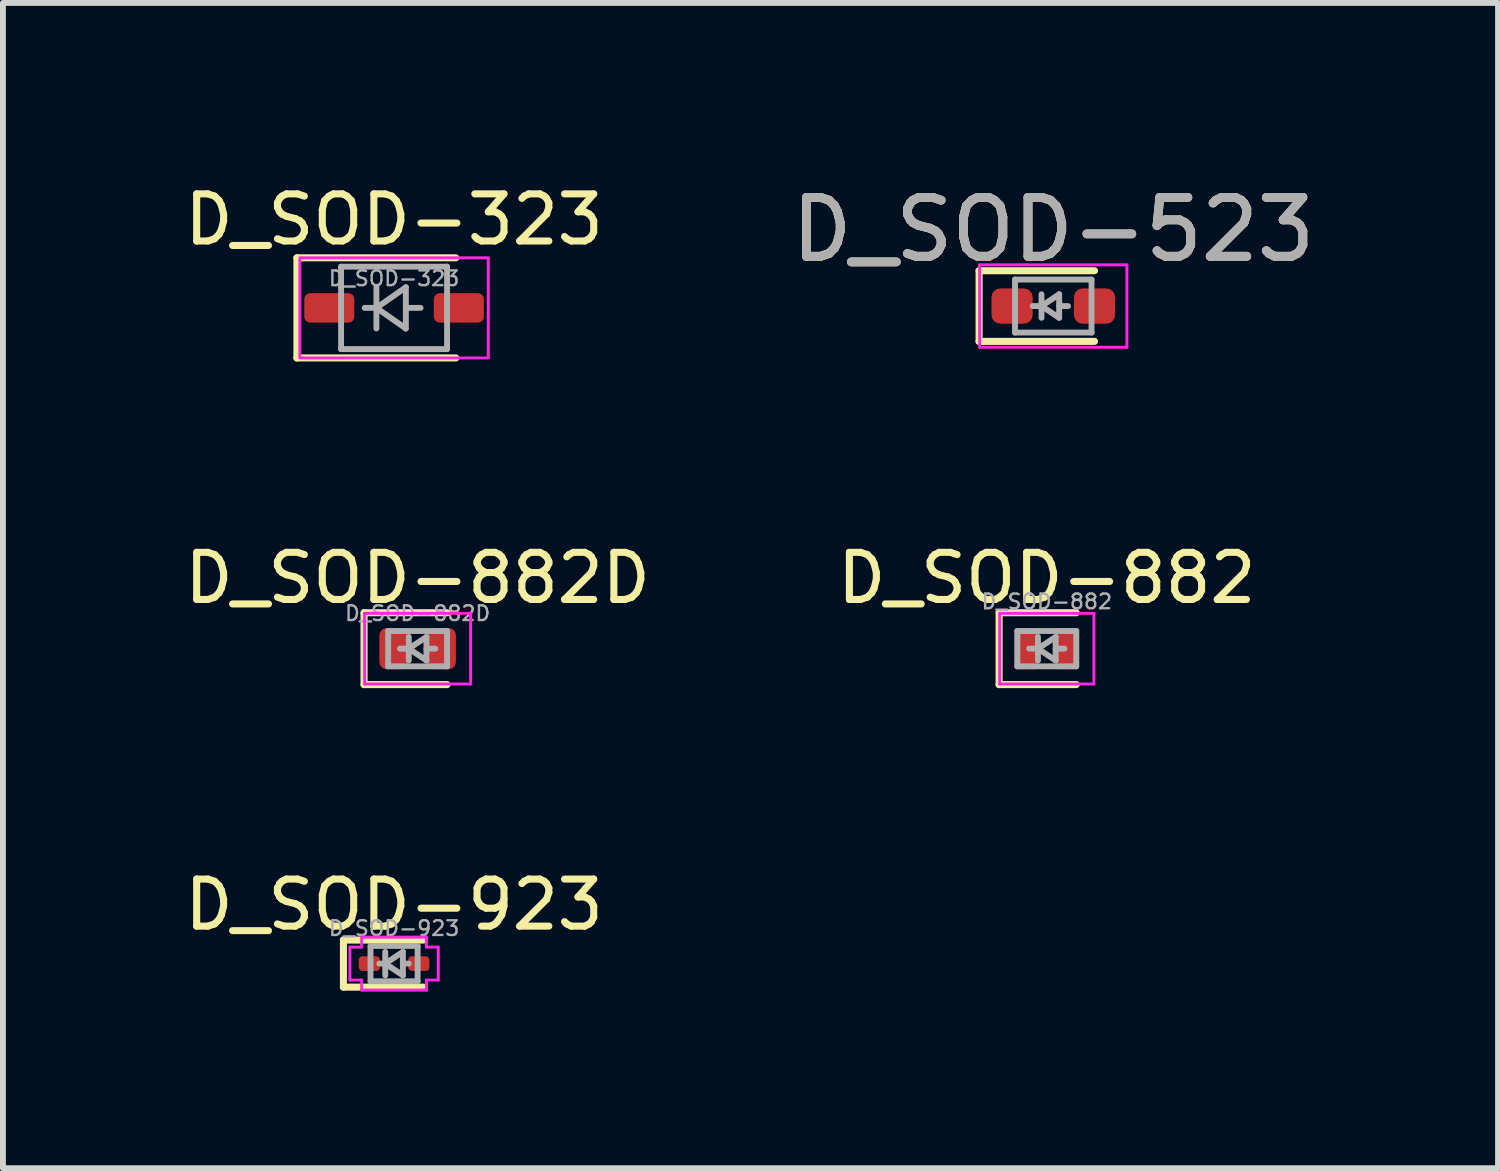
<source format=kicad_pcb>
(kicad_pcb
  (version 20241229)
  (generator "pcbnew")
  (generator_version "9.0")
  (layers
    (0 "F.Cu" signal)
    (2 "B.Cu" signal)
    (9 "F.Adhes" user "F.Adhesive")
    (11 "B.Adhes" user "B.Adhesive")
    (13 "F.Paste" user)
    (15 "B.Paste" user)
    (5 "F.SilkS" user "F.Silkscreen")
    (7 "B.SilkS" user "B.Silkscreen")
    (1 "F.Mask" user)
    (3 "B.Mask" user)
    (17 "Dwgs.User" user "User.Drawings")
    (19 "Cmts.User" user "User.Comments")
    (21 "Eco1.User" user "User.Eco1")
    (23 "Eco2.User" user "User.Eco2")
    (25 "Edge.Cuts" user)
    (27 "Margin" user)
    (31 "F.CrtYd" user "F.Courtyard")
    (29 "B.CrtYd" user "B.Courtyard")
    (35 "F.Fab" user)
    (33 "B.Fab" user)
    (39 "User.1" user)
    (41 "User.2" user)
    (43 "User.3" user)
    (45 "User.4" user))
  (footprint "D_SOD-882D"
    (layer "F.Cu")
    (at 4.043 7.967)
    (property "Reference" "D_SOD-882D" (at 0 -1.2 0) (layer "F.SilkS") (effects (font (size 0.8 0.8) (thickness 0.12))))
    (attr smd)
    (fp_line (start -0.91 -0.61) (end -0.91 0.61) (stroke (width 0.12) (type solid)) (layer "F.SilkS"))
    (fp_line (start -0.91 -0.61) (end 0.5 -0.61) (stroke (width 0.12) (type solid)) (layer "F.SilkS"))
    (fp_line (start -0.91 0.61) (end 0.5 0.61) (stroke (width 0.12) (type solid)) (layer "F.SilkS"))
    (fp_line (start -0.9 -0.6) (end -0.9 0.6) (stroke (width 0.05) (type solid)) (layer "F.CrtYd"))
    (fp_line (start -0.9 -0.6) (end 0.9 -0.6) (stroke (width 0.05) (type solid)) (layer "F.CrtYd"))
    (fp_line (start 0.9 -0.6) (end 0.9 0.6) (stroke (width 0.05) (type solid)) (layer "F.CrtYd"))
    (fp_line (start 0.9 0.6) (end -0.9 0.6) (stroke (width 0.05) (type solid)) (layer "F.CrtYd"))
    (fp_line (start -0.5 -0.3) (end 0.5 -0.3) (stroke (width 0.1) (type solid)) (layer "F.Fab"))
    (fp_line (start -0.5 0.3) (end -0.5 -0.3) (stroke (width 0.1) (type solid)) (layer "F.Fab"))
    (fp_line (start -0.15 0) (end -0.3 0) (stroke (width 0.1) (type solid)) (layer "F.Fab"))
    (fp_line (start -0.15 0) (end 0.15 0.2) (stroke (width 0.1) (type solid)) (layer "F.Fab"))
    (fp_line (start -0.15 0.2) (end -0.15 -0.2) (stroke (width 0.1) (type solid)) (layer "F.Fab"))
    (fp_line (start 0.15 -0.2) (end -0.15 0) (stroke (width 0.1) (type solid)) (layer "F.Fab"))
    (fp_line (start 0.15 0) (end 0.3 0) (stroke (width 0.1) (type solid)) (layer "F.Fab"))
    (fp_line (start 0.15 0.2) (end 0.15 -0.2) (stroke (width 0.1) (type solid)) (layer "F.Fab"))
    (fp_line (start 0.5 -0.3) (end 0.5 0.3) (stroke (width 0.1) (type solid)) (layer "F.Fab"))
    (fp_line (start 0.5 0.3) (end -0.5 0.3) (stroke (width 0.1) (type solid)) (layer "F.Fab"))
    (fp_text user "${REFERENCE}" (at 0 -0.6 0) (layer "F.Fab") (effects (font (size 0.25 0.25) (thickness 0.04))))
    (pad "" smd roundrect (at -0.35 0) (size 0.3 0.6) (layers "F.Paste") (roundrect_rratio 0.25))
    (pad "" smd roundrect (at 0.35 0) (size 0.3 0.6) (layers "F.Paste") (roundrect_rratio 0.25))
    (pad "1" smd roundrect (at -0.4 0) (size 0.5 0.7) (layers "F.Cu" "F.Mask") (roundrect_rratio 0.25))
    (pad "2" smd roundrect (at 0.4 0) (size 0.5 0.7) (layers "F.Cu" "F.Mask") (roundrect_rratio 0.25)))
  (footprint "D_SOD-523"
    (layer "F.Cu")
    (at 14.839 2.148)
    (property "Reference" "D_SOD-523" (at 0 -1.3 0) (layer "F.SilkS") (effects (font (size 1 1) (thickness 0.15))))
    (attr smd)
    (fp_line (start -1.26 -0.6) (end -1.26 0.6) (stroke (width 0.12) (type solid)) (layer "F.SilkS"))
    (fp_line (start 0.7 -0.6) (end -1.26 -0.6) (stroke (width 0.12) (type solid)) (layer "F.SilkS"))
    (fp_line (start 0.7 0.6) (end -1.26 0.6) (stroke (width 0.12) (type solid)) (layer "F.SilkS"))
    (fp_line (start -1.25 -0.7) (end 1.25 -0.7) (stroke (width 0.05) (type solid)) (layer "F.CrtYd"))
    (fp_line (start -1.25 0.7) (end -1.25 -0.7) (stroke (width 0.05) (type solid)) (layer "F.CrtYd"))
    (fp_line (start 1.25 -0.7) (end 1.25 0.7) (stroke (width 0.05) (type solid)) (layer "F.CrtYd"))
    (fp_line (start 1.25 0.7) (end -1.25 0.7) (stroke (width 0.05) (type solid)) (layer "F.CrtYd"))
    (fp_line (start -0.65 -0.45) (end 0.65 -0.45) (stroke (width 0.1) (type solid)) (layer "F.Fab"))
    (fp_line (start -0.65 0.45) (end -0.65 -0.45) (stroke (width 0.1) (type solid)) (layer "F.Fab"))
    (fp_line (start -0.2 0) (end -0.35 0) (stroke (width 0.1) (type solid)) (layer "F.Fab"))
    (fp_line (start -0.2 0) (end 0.1 0.2) (stroke (width 0.1) (type solid)) (layer "F.Fab"))
    (fp_line (start -0.2 0.2) (end -0.2 -0.2) (stroke (width 0.1) (type solid)) (layer "F.Fab"))
    (fp_line (start 0.1 -0.2) (end -0.2 0) (stroke (width 0.1) (type solid)) (layer "F.Fab"))
    (fp_line (start 0.1 0) (end 0.25 0) (stroke (width 0.1) (type solid)) (layer "F.Fab"))
    (fp_line (start 0.1 0.2) (end 0.1 -0.2) (stroke (width 0.1) (type solid)) (layer "F.Fab"))
    (fp_line (start 0.65 -0.45) (end 0.65 0.45) (stroke (width 0.1) (type solid)) (layer "F.Fab"))
    (fp_line (start 0.65 0.45) (end -0.65 0.45) (stroke (width 0.1) (type solid)) (layer "F.Fab"))
    (fp_text user "${REFERENCE}" (at 0 -1.3 0) (layer "F.Fab") (effects (font (size 1 1) (thickness 0.15))))
    (pad "1" smd roundrect (at -0.7 0 180) (size 0.7 0.6) (layers "F.Cu" "F.Mask" "F.Paste") (roundrect_rratio 0.25))
    (pad "2" smd roundrect (at 0.7 0 180) (size 0.7 0.6) (layers "F.Cu" "F.Mask" "F.Paste") (roundrect_rratio 0.25)))
  (footprint "D_SOD-923"
    (layer "F.Cu")
    (at 3.643 13.316)
    (property "Reference" "D_SOD-923" (at 0 -1 0) (layer "F.SilkS") (effects (font (size 0.8 0.8) (thickness 0.12))))
    (attr smd)
    (fp_line (start -0.86 -0.4) (end -0.86 0.4) (stroke (width 0.12) (type solid)) (layer "F.SilkS"))
    (fp_line (start 0.5 -0.4) (end -0.86 -0.4) (stroke (width 0.12) (type solid)) (layer "F.SilkS"))
    (fp_line (start 0.5 0.4) (end -0.86 0.4) (stroke (width 0.12) (type solid)) (layer "F.SilkS"))
    (fp_line (start -0.75 -0.28) (end -0.75 0.28) (stroke (width 0.05) (type solid)) (layer "F.CrtYd"))
    (fp_line (start -0.75 0.28) (end -0.55 0.28) (stroke (width 0.05) (type solid)) (layer "F.CrtYd"))
    (fp_line (start -0.55 -0.45) (end 0.55 -0.45) (stroke (width 0.05) (type solid)) (layer "F.CrtYd"))
    (fp_line (start -0.55 -0.28) (end -0.75 -0.28) (stroke (width 0.05) (type solid)) (layer "F.CrtYd"))
    (fp_line (start -0.55 -0.28) (end -0.55 -0.45) (stroke (width 0.05) (type solid)) (layer "F.CrtYd"))
    (fp_line (start -0.55 0.45) (end -0.55 0.28) (stroke (width 0.05) (type solid)) (layer "F.CrtYd"))
    (fp_line (start 0.55 -0.45) (end 0.55 -0.28) (stroke (width 0.05) (type solid)) (layer "F.CrtYd"))
    (fp_line (start 0.55 -0.28) (end 0.75 -0.28) (stroke (width 0.05) (type solid)) (layer "F.CrtYd"))
    (fp_line (start 0.55 0.28) (end 0.55 0.45) (stroke (width 0.05) (type solid)) (layer "F.CrtYd"))
    (fp_line (start 0.55 0.45) (end -0.55 0.45) (stroke (width 0.05) (type solid)) (layer "F.CrtYd"))
    (fp_line (start 0.75 -0.28) (end 0.75 0.28) (stroke (width 0.05) (type solid)) (layer "F.CrtYd"))
    (fp_line (start 0.75 0.28) (end 0.55 0.28) (stroke (width 0.05) (type solid)) (layer "F.CrtYd"))
    (fp_line (start -0.4 -0.3) (end 0.4 -0.3) (stroke (width 0.1) (type solid)) (layer "F.Fab"))
    (fp_line (start -0.4 0.3) (end -0.4 -0.3) (stroke (width 0.1) (type solid)) (layer "F.Fab"))
    (fp_line (start -0.15 0) (end -0.25 0) (stroke (width 0.1) (type solid)) (layer "F.Fab"))
    (fp_line (start -0.15 0) (end 0.15 0.2) (stroke (width 0.1) (type solid)) (layer "F.Fab"))
    (fp_line (start -0.15 0.2) (end -0.15 -0.2) (stroke (width 0.1) (type solid)) (layer "F.Fab"))
    (fp_line (start 0.15 -0.2) (end -0.15 0) (stroke (width 0.1) (type solid)) (layer "F.Fab"))
    (fp_line (start 0.15 0) (end 0.25 0) (stroke (width 0.1) (type solid)) (layer "F.Fab"))
    (fp_line (start 0.15 0.2) (end 0.15 -0.2) (stroke (width 0.1) (type solid)) (layer "F.Fab"))
    (fp_line (start 0.4 -0.3) (end 0.4 0.3) (stroke (width 0.1) (type solid)) (layer "F.Fab"))
    (fp_line (start 0.4 0.3) (end -0.4 0.3) (stroke (width 0.1) (type solid)) (layer "F.Fab"))
    (fp_text user "${REFERENCE}" (at 0 -0.6 0) (layer "F.Fab") (effects (font (size 0.25 0.25) (thickness 0.04))))
    (pad "1" smd roundrect (at -0.42 0 180) (size 0.36 0.25) (layers "F.Cu" "F.Mask" "F.Paste") (roundrect_rratio 0.25))
    (pad "2" smd roundrect (at 0.42 0 180) (size 0.36 0.25) (layers "F.Cu" "F.Mask" "F.Paste") (roundrect_rratio 0.25)))
  (footprint "D_SOD-323"
    (layer "F.Cu")
    (at 3.643 2.179)
    (property "Reference" "D_SOD-323" (at 0 -1.5 0) (layer "F.SilkS") (effects (font (size 0.8 0.8) (thickness 0.12))))
    (attr smd)
    (fp_line (start -1.65 -0.85) (end -1.65 0.85) (stroke (width 0.12) (type solid)) (layer "F.SilkS"))
    (fp_line (start -1.65 -0.85) (end 1.05 -0.85) (stroke (width 0.12) (type solid)) (layer "F.SilkS"))
    (fp_line (start -1.65 0.85) (end 1.05 0.85) (stroke (width 0.12) (type solid)) (layer "F.SilkS"))
    (fp_rect (start -1.6 -0.85) (end 1.6 0.85) (stroke (width 0.05) (type default)) (fill no) (layer "F.CrtYd"))
    (fp_line (start -0.9 -0.7) (end 0.9 -0.7) (stroke (width 0.1) (type solid)) (layer "F.Fab"))
    (fp_line (start -0.9 0.7) (end -0.9 -0.7) (stroke (width 0.1) (type solid)) (layer "F.Fab"))
    (fp_line (start -0.3 -0.35) (end -0.3 0.35) (stroke (width 0.1) (type solid)) (layer "F.Fab"))
    (fp_line (start -0.3 0) (end -0.5 0) (stroke (width 0.1) (type solid)) (layer "F.Fab"))
    (fp_line (start -0.3 0) (end 0.2 -0.35) (stroke (width 0.1) (type solid)) (layer "F.Fab"))
    (fp_line (start 0.2 -0.35) (end 0.2 0.35) (stroke (width 0.1) (type solid)) (layer "F.Fab"))
    (fp_line (start 0.2 0) (end 0.45 0) (stroke (width 0.1) (type solid)) (layer "F.Fab"))
    (fp_line (start 0.2 0.35) (end -0.3 0) (stroke (width 0.1) (type solid)) (layer "F.Fab"))
    (fp_line (start 0.9 -0.7) (end 0.9 0.7) (stroke (width 0.1) (type solid)) (layer "F.Fab"))
    (fp_line (start 0.9 0.7) (end -0.9 0.7) (stroke (width 0.1) (type solid)) (layer "F.Fab"))
    (fp_text user "${REFERENCE}" (at 0 -0.5 0) (layer "F.Fab") (effects (font (size 0.25 0.25) (thickness 0.04))))
    (pad "1" smd roundrect (at -1.1 0) (size 0.85 0.5) (layers "F.Cu" "F.Mask" "F.Paste") (roundrect_rratio 0.2))
    (pad "2" smd roundrect (at 1.1 0) (size 0.85 0.5) (layers "F.Cu" "F.Mask" "F.Paste") (roundrect_rratio 0.2)))
  (footprint "D_SOD-882"
    (layer "F.Cu")
    (at 14.729 7.967)
    (property "Reference" "D_SOD-882" (at 0 -1.2 0) (layer "F.SilkS") (effects (font (size 0.8 0.8) (thickness 0.12))))
    (attr smd)
    (fp_line (start -0.81 -0.61) (end -0.81 0.61) (stroke (width 0.12) (type solid)) (layer "F.SilkS"))
    (fp_line (start -0.81 -0.61) (end 0.5 -0.61) (stroke (width 0.12) (type solid)) (layer "F.SilkS"))
    (fp_line (start -0.81 0.61) (end 0.5 0.61) (stroke (width 0.12) (type solid)) (layer "F.SilkS"))
    (fp_line (start -0.8 -0.6) (end -0.8 0.6) (stroke (width 0.05) (type solid)) (layer "F.CrtYd"))
    (fp_line (start -0.8 -0.6) (end 0.8 -0.6) (stroke (width 0.05) (type solid)) (layer "F.CrtYd"))
    (fp_line (start 0.8 -0.6) (end 0.8 0.6) (stroke (width 0.05) (type solid)) (layer "F.CrtYd"))
    (fp_line (start 0.8 0.6) (end -0.8 0.6) (stroke (width 0.05) (type solid)) (layer "F.CrtYd"))
    (fp_line (start -0.5 -0.3) (end 0.5 -0.3) (stroke (width 0.1) (type solid)) (layer "F.Fab"))
    (fp_line (start -0.5 0.3) (end -0.5 -0.3) (stroke (width 0.1) (type solid)) (layer "F.Fab"))
    (fp_line (start -0.15 0) (end -0.3 0) (stroke (width 0.1) (type solid)) (layer "F.Fab"))
    (fp_line (start -0.15 0) (end 0.15 0.2) (stroke (width 0.1) (type solid)) (layer "F.Fab"))
    (fp_line (start -0.15 0.2) (end -0.15 -0.2) (stroke (width 0.1) (type solid)) (layer "F.Fab"))
    (fp_line (start 0.15 -0.2) (end -0.15 0) (stroke (width 0.1) (type solid)) (layer "F.Fab"))
    (fp_line (start 0.15 0) (end 0.3 0) (stroke (width 0.1) (type solid)) (layer "F.Fab"))
    (fp_line (start 0.15 0.2) (end 0.15 -0.2) (stroke (width 0.1) (type solid)) (layer "F.Fab"))
    (fp_line (start 0.5 -0.3) (end 0.5 0.3) (stroke (width 0.1) (type solid)) (layer "F.Fab"))
    (fp_line (start 0.5 0.3) (end -0.5 0.3) (stroke (width 0.1) (type solid)) (layer "F.Fab"))
    (fp_text user "${REFERENCE}" (at 0 -0.8 0) (layer "F.Fab") (effects (font (size 0.25 0.25) (thickness 0.04))))
    (pad "" smd roundrect (at -0.35 0) (size 0.3 0.6) (layers "F.Paste") (roundrect_rratio 0.167))
    (pad "" smd roundrect (at 0.35 0) (size 0.3 0.6) (layers "F.Paste") (roundrect_rratio 0.167))
    (pad "1" smd roundrect (at -0.35 0) (size 0.4 0.7) (layers "F.Cu" "F.Mask") (roundrect_rratio 0.125))
    (pad "2" smd roundrect (at 0.35 0) (size 0.4 0.7) (layers "F.Cu" "F.Mask") (roundrect_rratio 0.125)))
  (gr_rect
    (start -3 -3)
    (end 22.393 16.791)
    (stroke (width 0.1) (type default))
    (fill no)
    (layer "Edge.Cuts")))
</source>
